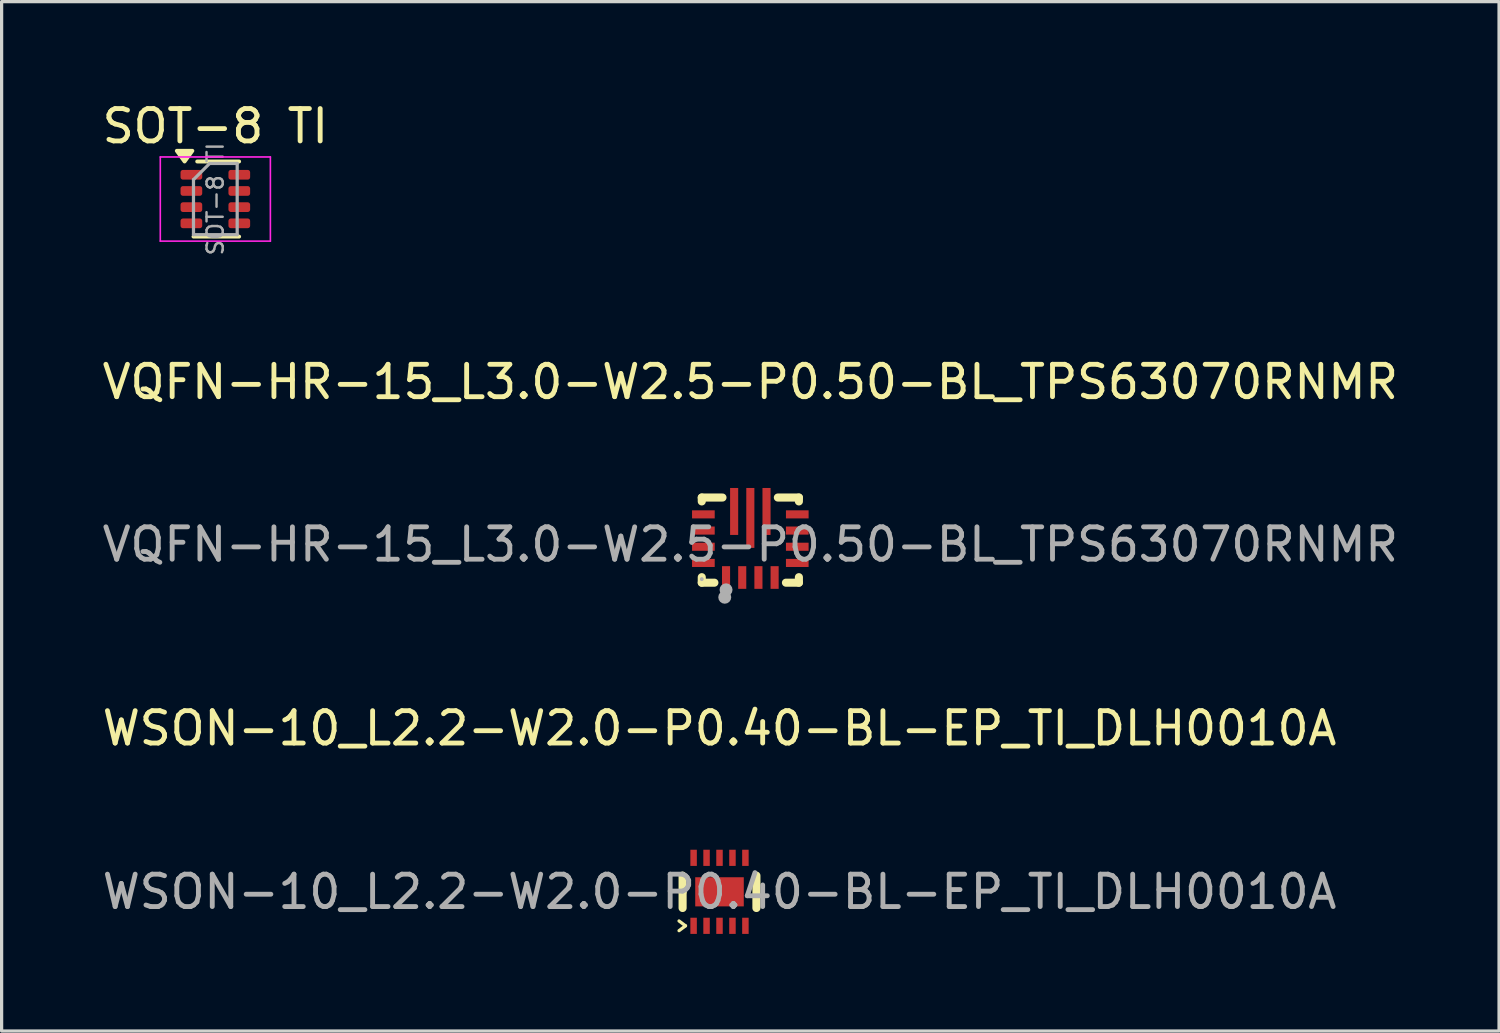
<source format=kicad_pcb>
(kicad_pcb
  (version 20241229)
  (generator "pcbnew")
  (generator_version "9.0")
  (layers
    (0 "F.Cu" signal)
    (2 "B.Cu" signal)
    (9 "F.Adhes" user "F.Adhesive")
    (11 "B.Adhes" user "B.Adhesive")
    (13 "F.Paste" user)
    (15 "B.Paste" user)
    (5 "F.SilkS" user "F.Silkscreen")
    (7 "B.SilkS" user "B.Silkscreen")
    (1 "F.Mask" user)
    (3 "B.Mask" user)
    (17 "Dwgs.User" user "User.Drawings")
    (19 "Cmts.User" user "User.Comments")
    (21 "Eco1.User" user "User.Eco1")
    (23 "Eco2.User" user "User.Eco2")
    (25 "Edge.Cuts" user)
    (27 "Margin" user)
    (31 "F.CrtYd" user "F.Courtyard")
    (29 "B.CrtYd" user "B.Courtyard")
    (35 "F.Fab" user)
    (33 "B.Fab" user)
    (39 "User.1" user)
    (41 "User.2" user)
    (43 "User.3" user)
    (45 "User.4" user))
  (footprint "SOT-8 TI"
    (layer "F.Cu")
    (at 3.601 3.098)
    (property "Reference" "SOT-8 TI" (at 0 -2.25 0) (layer "F.SilkS") (effects (font (size 1 1) (thickness 0.15))))
    (attr smd)
    (fp_line (start -0.675 1.16) (end 0.735 1.16) (stroke (width 0.12) (type solid)) (layer "F.SilkS"))
    (fp_line (start -0.56 -1.16) (end 0.735 -1.16) (stroke (width 0.12) (type solid)) (layer "F.SilkS"))
    (fp_poly (pts (xy -0.95 -1.16) (xy -0.71 -1.49) (xy -1.19 -1.49) (xy -0.95 -1.16)) (stroke (width 0.12) (type solid)) (fill yes) (layer "F.SilkS"))
    (fp_line (start -1.7 -1.3) (end 1.7 -1.3) (stroke (width 0.05) (type solid)) (layer "F.CrtYd"))
    (fp_line (start -1.7 1.3) (end -1.7 -1.3) (stroke (width 0.05) (type solid)) (layer "F.CrtYd"))
    (fp_line (start 1.7 -1.3) (end 1.7 1.3) (stroke (width 0.05) (type solid)) (layer "F.CrtYd"))
    (fp_line (start 1.7 1.3) (end -1.7 1.3) (stroke (width 0.05) (type solid)) (layer "F.CrtYd"))
    (fp_line (start -0.675 -0.6) (end -0.675 1.1) (stroke (width 0.1) (type solid)) (layer "F.Fab"))
    (fp_line (start -0.175 -1.1) (end -0.675 -0.6) (stroke (width 0.1) (type solid)) (layer "F.Fab"))
    (fp_line (start 0.675 -1.1) (end -0.175 -1.1) (stroke (width 0.1) (type solid)) (layer "F.Fab"))
    (fp_line (start 0.675 -1.1) (end 0.675 1.1) (stroke (width 0.1) (type solid)) (layer "F.Fab"))
    (fp_line (start 0.675 1.1) (end -0.675 1.1) (stroke (width 0.1) (type solid)) (layer "F.Fab"))
    (fp_text user "${REFERENCE}" (at 0 0 90) (layer "F.Fab") (effects (font (size 0.5 0.5) (thickness 0.075))))
    (pad "1" smd roundrect (at -0.74 -0.75 270) (size 0.3 0.67) (layers "F.Cu" "F.Mask" "F.Paste") (roundrect_rratio 0.25))
    (pad "2" smd roundrect (at -0.74 -0.25 270) (size 0.3 0.67) (layers "F.Cu" "F.Mask" "F.Paste") (roundrect_rratio 0.25))
    (pad "3" smd roundrect (at -0.74 0.25 270) (size 0.3 0.67) (layers "F.Cu" "F.Mask" "F.Paste") (roundrect_rratio 0.25))
    (pad "4" smd roundrect (at -0.74 0.75 270) (size 0.3 0.67) (layers "F.Cu" "F.Mask" "F.Paste") (roundrect_rratio 0.25))
    (pad "5" smd roundrect (at 0.74 0.75 270) (size 0.3 0.67) (layers "F.Cu" "F.Mask" "F.Paste") (roundrect_rratio 0.25))
    (pad "6" smd roundrect (at 0.74 0.25 270) (size 0.3 0.67) (layers "F.Cu" "F.Mask" "F.Paste") (roundrect_rratio 0.25))
    (pad "7" smd roundrect (at 0.74 -0.25 270) (size 0.3 0.67) (layers "F.Cu" "F.Mask" "F.Paste") (roundrect_rratio 0.25))
    (pad "8" smd roundrect (at 0.74 -0.75 270) (size 0.3 0.67) (layers "F.Cu" "F.Mask" "F.Paste") (roundrect_rratio 0.25)))
  (footprint "WSON-10_L2.2-W2.0-P0.40-BL-EP_TI_DLH0010A"
    (layer "F.Cu")
    (at 19.173 24.495)
    (property "Reference" "WSON-10_L2.2-W2.0-P0.40-BL-EP_TI_DLH0010A" (at 0 -5.05 0) (layer "F.SilkS") (effects (font (size 1 1) (thickness 0.15))))
    (attr smd)
    (fp_line (start -1.25 0.9) (end -1.05 1.05) (stroke (width 0.1) (type default)) (layer "F.SilkS"))
    (fp_line (start -1.14 -0.5) (end -1.14 0) (stroke (width 0.25) (type solid)) (layer "F.SilkS"))
    (fp_line (start -1.14 0) (end -1.14 0.5) (stroke (width 0.25) (type solid)) (layer "F.SilkS"))
    (fp_line (start -1.05 1.05) (end -1.25 1.2) (stroke (width 0.1) (type default)) (layer "F.SilkS"))
    (fp_line (start 1.14 0.5) (end 1.14 -0.5) (stroke (width 0.25) (type solid)) (layer "F.SilkS"))
    (fp_text user "${REFERENCE}" (at 0 0 0) (layer "F.Fab") (effects (font (size 1 1) (thickness 0.15))))
    (pad "1" smd rect (at -0.8 1.05 90) (size 0.5 0.2) (layers "F.Cu" "F.Mask" "F.Paste"))
    (pad "2" smd rect (at -0.4 1.05 90) (size 0.5 0.2) (layers "F.Cu" "F.Mask" "F.Paste"))
    (pad "3" smd rect (at 0 1.05 90) (size 0.5 0.2) (layers "F.Cu" "F.Mask" "F.Paste"))
    (pad "4" smd rect (at 0.4 1.05 90) (size 0.5 0.2) (layers "F.Cu" "F.Mask" "F.Paste"))
    (pad "5" smd rect (at 0.8 1.05 90) (size 0.5 0.2) (layers "F.Cu" "F.Mask" "F.Paste"))
    (pad "6" smd rect (at 0.8 -1.05 90) (size 0.5 0.2) (layers "F.Cu" "F.Mask" "F.Paste"))
    (pad "7" smd rect (at 0.4 -1.05 90) (size 0.5 0.2) (layers "F.Cu" "F.Mask" "F.Paste"))
    (pad "8" smd rect (at 0 -1.05 90) (size 0.5 0.2) (layers "F.Cu" "F.Mask" "F.Paste"))
    (pad "9" smd rect (at -0.4 -1.05 90) (size 0.5 0.2) (layers "F.Cu" "F.Mask" "F.Paste"))
    (pad "10" smd rect (at -0.8 -1.05 90) (size 0.5 0.2) (layers "F.Cu" "F.Mask" "F.Paste"))
    (pad "11" smd rect (at 0 0 90) (size 0.9 1.5) (layers "F.Cu" "F.Mask" "F.Paste")))
  (footprint "VQFN-HR-15_L3.0-W2.5-P0.50-BL_TPS63070RNMR"
    (layer "F.Cu")
    (at 20.125 13.767)
    (property "Reference" "VQFN-HR-15_L3.0-W2.5-P0.50-BL_TPS63070RNMR" (at 0 -5.02 0) (layer "F.SilkS") (effects (font (size 1 1) (thickness 0.15))))
    (attr smd)
    (fp_line (start -1.5 -1.45) (end -1.5 -1.33) (stroke (width 0.25) (type solid)) (layer "F.SilkS"))
    (fp_line (start -1.5 1.01) (end -1.5 1.18) (stroke (width 0.25) (type solid)) (layer "F.SilkS"))
    (fp_line (start -1.5 1.18) (end -1.11 1.18) (stroke (width 0.25) (type solid)) (layer "F.SilkS"))
    (fp_line (start -0.86 -1.45) (end -1.5 -1.45) (stroke (width 0.25) (type solid)) (layer "F.SilkS"))
    (fp_line (start 1.1 1.18) (end 1.5 1.18) (stroke (width 0.25) (type solid)) (layer "F.SilkS"))
    (fp_line (start 1.5 -1.45) (end 0.85 -1.45) (stroke (width 0.25) (type solid)) (layer "F.SilkS"))
    (fp_line (start 1.5 -1.33) (end 1.5 -1.45) (stroke (width 0.25) (type solid)) (layer "F.SilkS"))
    (fp_line (start 1.5 1.18) (end 1.5 1.01) (stroke (width 0.25) (type solid)) (layer "F.SilkS"))
    (fp_circle (center -1.5 1.07) (end -1.47 1.07) (stroke (width 0.06) (type solid)) (fill no) (layer "F.Fab"))
    (fp_circle (center -0.79 1.63) (end -0.69 1.63) (stroke (width 0.2) (type solid)) (fill no) (layer "F.Fab"))
    (fp_circle (center -0.75 1.4) (end -0.65 1.4) (stroke (width 0.2) (type solid)) (fill no) (layer "F.Fab"))
    (fp_text user "${REFERENCE}" (at 0 0 0) (layer "F.Fab") (effects (font (size 1 1) (thickness 0.15))))
    (pad "1" smd rect (at -0.75 1.02 180) (size 0.25 0.7) (layers "F.Cu" "F.Mask" "F.Paste"))
    (pad "2" smd rect (at -0.25 1.02 180) (size 0.25 0.7) (layers "F.Cu" "F.Mask" "F.Paste"))
    (pad "3" smd rect (at 0.25 1.02 180) (size 0.25 0.7) (layers "F.Cu" "F.Mask" "F.Paste"))
    (pad "4" smd rect (at 0.75 1.02 180) (size 0.25 0.7) (layers "F.Cu" "F.Mask" "F.Paste"))
    (pad "5" smd rect (at 1.45 0.57 270) (size 0.25 0.7) (layers "F.Cu" "F.Mask" "F.Paste"))
    (pad "6" smd rect (at 1.45 0.07 270) (size 0.25 0.7) (layers "F.Cu" "F.Mask" "F.Paste"))
    (pad "7" smd rect (at 1.45 -0.43 270) (size 0.25 0.7) (layers "F.Cu" "F.Mask" "F.Paste"))
    (pad "8" smd rect (at 1.45 -0.93 270) (size 0.25 0.7) (layers "F.Cu" "F.Mask" "F.Paste"))
    (pad "9" smd rect (at 0.5 -1.02) (size 0.25 1.45) (layers "F.Cu" "F.Mask" "F.Paste"))
    (pad "10" smd rect (at 0 -0.82) (size 0.25 1.85) (layers "F.Cu" "F.Mask" "F.Paste"))
    (pad "11" smd rect (at -0.5 -1.02) (size 0.25 1.45) (layers "F.Cu" "F.Mask" "F.Paste"))
    (pad "12" smd rect (at -1.45 -0.93 90) (size 0.25 0.7) (layers "F.Cu" "F.Mask" "F.Paste"))
    (pad "13" smd rect (at -1.45 -0.43 90) (size 0.25 0.7) (layers "F.Cu" "F.Mask" "F.Paste"))
    (pad "14" smd rect (at -1.45 0.07 90) (size 0.25 0.7) (layers "F.Cu" "F.Mask" "F.Paste"))
    (pad "15" smd rect (at -1.45 0.57 90) (size 0.25 0.7) (layers "F.Cu" "F.Mask" "F.Paste")))
  (gr_rect
    (start -3 -3)
    (end 43.25 28.795)
    (stroke (width 0.1) (type default))
    (fill no)
    (layer "Edge.Cuts")))
</source>
